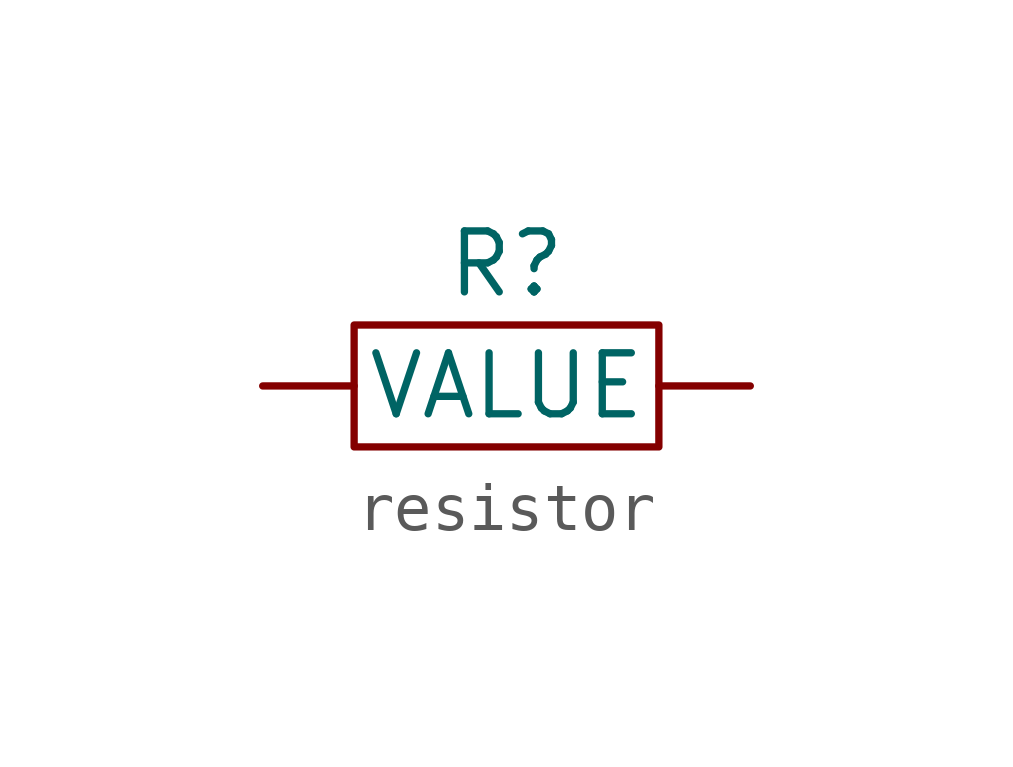
<source format=kicad_sym>
(kicad_symbol_lib
  (version 20231120)
  (generator "kicad_symbol_editor")
  (generator_version "8.0")
  (symbol "resistor"
    (pin_numbers hide)
    (pin_names hide)
    (property "Reference" "R"
      (at 0 2.54 0)
      (effects (font (size 1.27 1.27))))
    (property "Value" "VALUE"
      (at 0 0 0)
      (effects (font (size 1.27 1.27))))
    (symbol "resistor_0_1"
      (rectangle (start -3.175 1.27) (end 3.175 -1.27) (stroke (width 0) (type default)) (fill (type none))))
    (symbol "resistor_1_1"
      (pin passive line (at -5.08 0 0) (length 1.905) (name "1" (effects (font (size 1.27 1.27)))) (number "1" (effects (font (size 1.27 1.27)))))
      (pin passive line (at 5.08 0 180) (length 1.905) (name "2" (effects (font (size 1.27 1.27)))) (number "2" (effects (font (size 1.27 1.27))))))))
</source>
